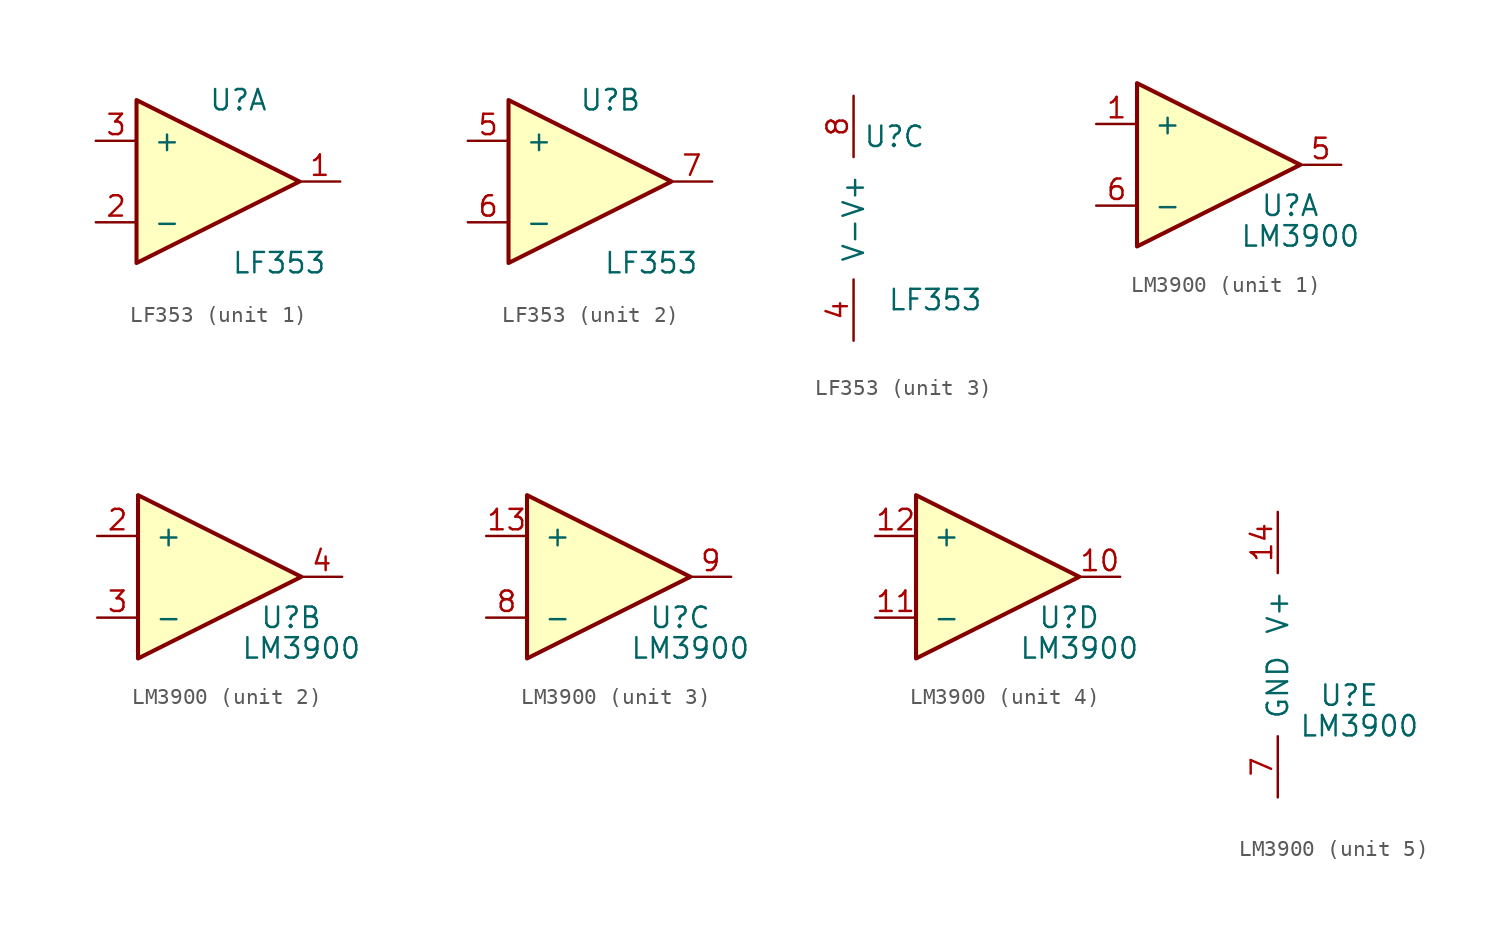
<source format=kicad_sym>
(kicad_symbol_lib
  (version 20211014)
  (generator kicad_symbol_editor)
  (symbol "LF353"
    (pin_names
      (offset 1.016))
    (property "Reference" "U"
      (at 1.27 5.08 0)
      (effects (font (size 1.27 1.27))))
    (property "Value" "LF353"
      (at 3.81 -5.08 0)
      (effects (font (size 1.27 1.27))))
    (symbol "LF353_1_1"
      (polyline (pts (xy -5.08 5.08) (xy 5.08 0) (xy -5.08 -5.08) (xy -5.08 5.08)) (stroke (width 0.254) (type default) (color 0 0 0 0)) (fill (type background)))
      (pin output line (at 7.62 0 180) (length 2.54) (name "~" (effects (font (size 1.27 1.27)))) (number "1" (effects (font (size 1.27 1.27)))))
      (pin input line (at -7.62 -2.54 0) (length 2.54) (name "-" (effects (font (size 1.27 1.27)))) (number "2" (effects (font (size 1.27 1.27)))))
      (pin input line (at -7.62 2.54 0) (length 2.54) (name "+" (effects (font (size 1.27 1.27)))) (number "3" (effects (font (size 1.27 1.27))))))
    (symbol "LF353_2_1"
      (polyline (pts (xy -5.08 5.08) (xy 5.08 0) (xy -5.08 -5.08) (xy -5.08 5.08)) (stroke (width 0.254) (type default) (color 0 0 0 0)) (fill (type background)))
      (pin input line (at -7.62 2.54 0) (length 2.54) (name "+" (effects (font (size 1.27 1.27)))) (number "5" (effects (font (size 1.27 1.27)))))
      (pin input line (at -7.62 -2.54 0) (length 2.54) (name "-" (effects (font (size 1.27 1.27)))) (number "6" (effects (font (size 1.27 1.27)))))
      (pin output line (at 7.62 0 180) (length 2.54) (name "~" (effects (font (size 1.27 1.27)))) (number "7" (effects (font (size 1.27 1.27))))))
    (symbol "LF353_3_1"
      (pin power_in line (at -1.27 -7.62 90) (length 3.81) (name "V-" (effects (font (size 1.27 1.27)))) (number "4" (effects (font (size 1.27 1.27)))))
      (pin power_in line (at -1.27 7.62 270) (length 3.81) (name "V+" (effects (font (size 1.27 1.27)))) (number "8" (effects (font (size 1.27 1.27)))))))
  (symbol "LM3900"
    (pin_names
      (offset 1.016))
    (property "Reference" "U"
      (at 4.445 -2.54 0)
      (effects (font (size 1.27 1.27))))
    (property "Value" "LM3900"
      (at 5.08 -4.445 0)
      (effects (font (size 1.27 1.27))))
    (property "ki_locked" ""
      (at 0 0 0)
      (effects (font (size 1.27 1.27))))
    (symbol "LM3900_1_1"
      (polyline (pts (xy -5.08 5.08) (xy 5.08 0) (xy -5.08 -5.08) (xy -5.08 5.08)) (stroke (width 0.254) (type default) (color 0 0 0 0)) (fill (type background)))
      (pin input line (at -7.62 2.54 0) (length 2.54) (name "+" (effects (font (size 1.27 1.27)))) (number "1" (effects (font (size 1.27 1.27)))))
      (pin output line (at 7.62 0 180) (length 2.54) (name "~" (effects (font (size 1.27 1.27)))) (number "5" (effects (font (size 1.27 1.27)))))
      (pin input line (at -7.62 -2.54 0) (length 2.54) (name "-" (effects (font (size 1.27 1.27)))) (number "6" (effects (font (size 1.27 1.27))))))
    (symbol "LM3900_2_1"
      (polyline (pts (xy -5.08 5.08) (xy 5.08 0) (xy -5.08 -5.08) (xy -5.08 5.08)) (stroke (width 0.254) (type default) (color 0 0 0 0)) (fill (type background)))
      (pin input line (at -7.62 2.54 0) (length 2.54) (name "+" (effects (font (size 1.27 1.27)))) (number "2" (effects (font (size 1.27 1.27)))))
      (pin input line (at -7.62 -2.54 0) (length 2.54) (name "-" (effects (font (size 1.27 1.27)))) (number "3" (effects (font (size 1.27 1.27)))))
      (pin output line (at 7.62 0 180) (length 2.54) (name "~" (effects (font (size 1.27 1.27)))) (number "4" (effects (font (size 1.27 1.27))))))
    (symbol "LM3900_3_1"
      (polyline (pts (xy -5.08 5.08) (xy 5.08 0) (xy -5.08 -5.08) (xy -5.08 5.08)) (stroke (width 0.254) (type default) (color 0 0 0 0)) (fill (type background)))
      (pin input line (at -7.62 2.54 0) (length 2.54) (name "+" (effects (font (size 1.27 1.27)))) (number "13" (effects (font (size 1.27 1.27)))))
      (pin input line (at -7.62 -2.54 0) (length 2.54) (name "-" (effects (font (size 1.27 1.27)))) (number "8" (effects (font (size 1.27 1.27)))))
      (pin output line (at 7.62 0 180) (length 2.54) (name "~" (effects (font (size 1.27 1.27)))) (number "9" (effects (font (size 1.27 1.27))))))
    (symbol "LM3900_4_1"
      (polyline (pts (xy -5.08 5.08) (xy 5.08 0) (xy -5.08 -5.08) (xy -5.08 5.08)) (stroke (width 0.254) (type default) (color 0 0 0 0)) (fill (type background)))
      (pin output line (at 7.62 0 180) (length 2.54) (name "~" (effects (font (size 1.27 1.27)))) (number "10" (effects (font (size 1.27 1.27)))))
      (pin input line (at -7.62 -2.54 0) (length 2.54) (name "-" (effects (font (size 1.27 1.27)))) (number "11" (effects (font (size 1.27 1.27)))))
      (pin input line (at -7.62 2.54 0) (length 2.54) (name "+" (effects (font (size 1.27 1.27)))) (number "12" (effects (font (size 1.27 1.27))))))
    (symbol "LM3900_5_1"
      (pin power_in line (at 0 8.89 270) (length 3.81) (name "V+" (effects (font (size 1.27 1.27)))) (number "14" (effects (font (size 1.27 1.27)))))
      (pin power_in line (at 0 -8.89 90) (length 3.81) (name "GND" (effects (font (size 1.27 1.27)))) (number "7" (effects (font (size 1.27 1.27))))))))
</source>
